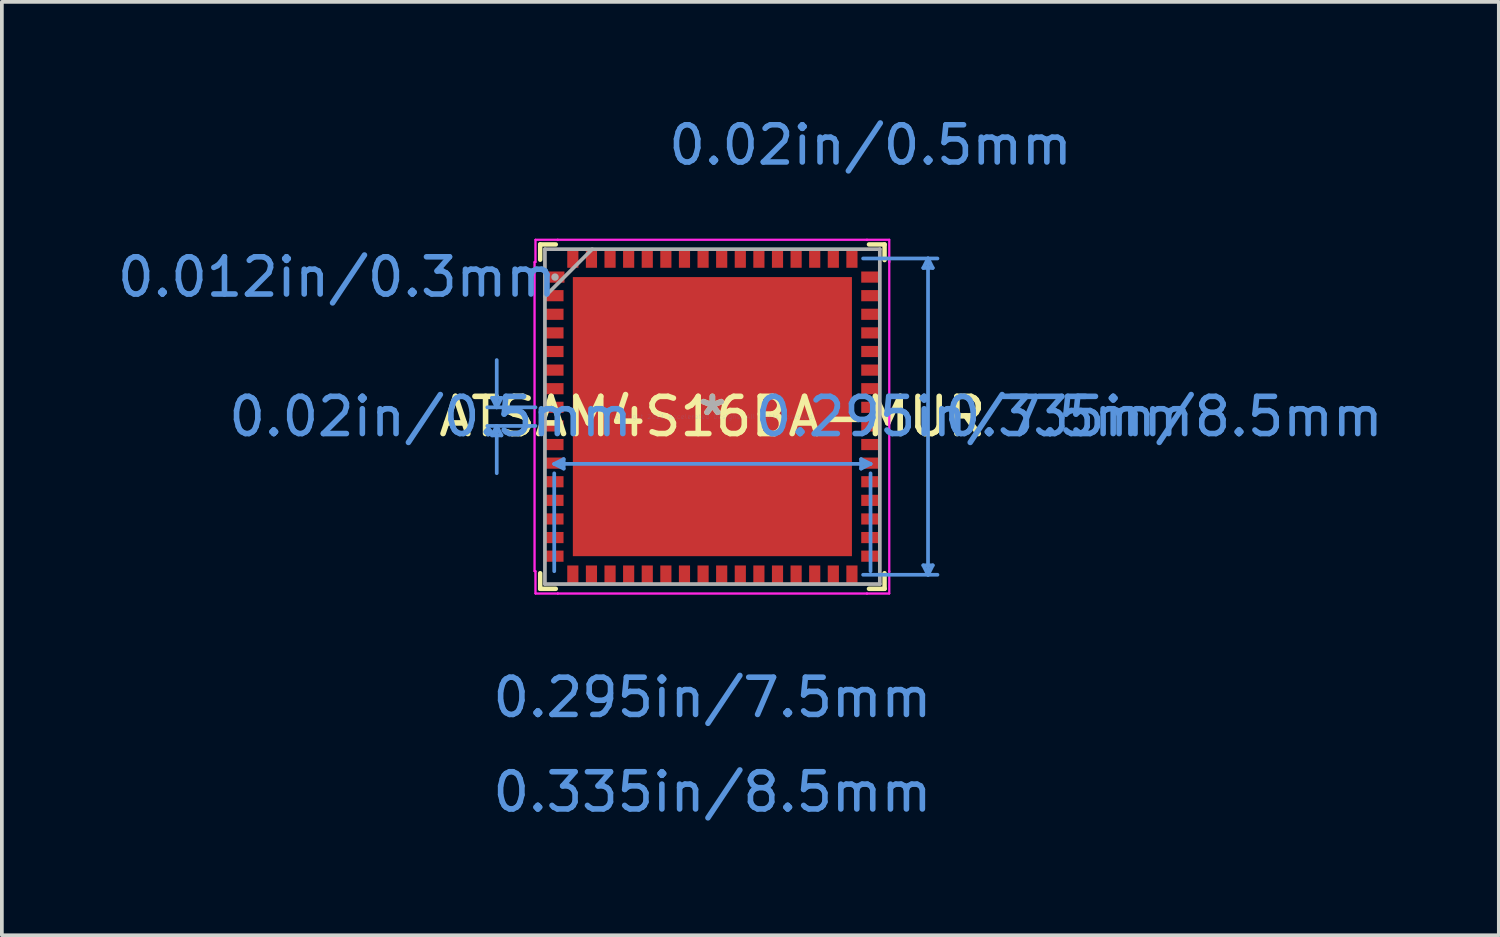
<source format=kicad_pcb>
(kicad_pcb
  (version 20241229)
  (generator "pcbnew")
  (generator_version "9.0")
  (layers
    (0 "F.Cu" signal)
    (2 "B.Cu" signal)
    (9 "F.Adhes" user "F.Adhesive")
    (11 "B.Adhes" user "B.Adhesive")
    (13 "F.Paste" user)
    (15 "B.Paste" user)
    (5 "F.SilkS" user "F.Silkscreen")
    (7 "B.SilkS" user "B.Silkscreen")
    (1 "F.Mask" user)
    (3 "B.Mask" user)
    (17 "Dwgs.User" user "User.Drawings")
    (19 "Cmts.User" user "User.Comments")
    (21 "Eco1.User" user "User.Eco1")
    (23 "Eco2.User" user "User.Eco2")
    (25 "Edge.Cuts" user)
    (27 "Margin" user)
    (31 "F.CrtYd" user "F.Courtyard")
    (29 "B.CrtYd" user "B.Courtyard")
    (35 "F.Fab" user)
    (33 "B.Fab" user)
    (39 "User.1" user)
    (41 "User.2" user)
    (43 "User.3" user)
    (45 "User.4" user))
  (footprint "ATSAM4S16BA-MUR"
    (layer "F.Cu")
    (at 16.094 8.146)
    (property "Reference" "ATSAM4S16BA-MUR" (at 0 0 0) (layer "F.SilkS") (effects (font (size 1 1) (thickness 0.15))))
    (attr through_hole)
    (fp_line (start -4.627 -4.627) (end -4.627 -4.217) (stroke (width 0.12) (type solid)) (layer "F.SilkS"))
    (fp_line (start -4.627 4.208) (end -4.627 4.627) (stroke (width 0.12) (type solid)) (layer "F.SilkS"))
    (fp_line (start -4.627 4.627) (end -4.208 4.627) (stroke (width 0.12) (type solid)) (layer "F.SilkS"))
    (fp_line (start -4.208 -4.627) (end -4.627 -4.627) (stroke (width 0.12) (type solid)) (layer "F.SilkS"))
    (fp_line (start 4.208 4.627) (end 4.627 4.627) (stroke (width 0.12) (type solid)) (layer "F.SilkS"))
    (fp_line (start 4.627 -4.627) (end 4.208 -4.627) (stroke (width 0.12) (type solid)) (layer "F.SilkS"))
    (fp_line (start 4.627 -4.208) (end 4.627 -4.627) (stroke (width 0.12) (type solid)) (layer "F.SilkS"))
    (fp_line (start 4.627 4.627) (end 4.627 4.208) (stroke (width 0.12) (type solid)) (layer "F.SilkS"))
    (fp_poly (pts (xy -3.65 -3.65) (xy -3.65 -2.35) (xy -2.35 -2.35) (xy -2.35 -3.65)) (stroke (width 0.1) (type solid)) (fill yes) (layer "F.Paste"))
    (fp_poly (pts (xy -3.65 -2.15) (xy -3.65 -0.85) (xy -2.35 -0.85) (xy -2.35 -2.15)) (stroke (width 0.1) (type solid)) (fill yes) (layer "F.Paste"))
    (fp_poly (pts (xy -3.65 -0.65) (xy -3.65 0.65) (xy -2.35 0.65) (xy -2.35 -0.65)) (stroke (width 0.1) (type solid)) (fill yes) (layer "F.Paste"))
    (fp_poly (pts (xy -3.65 0.85) (xy -3.65 2.15) (xy -2.35 2.15) (xy -2.35 0.85)) (stroke (width 0.1) (type solid)) (fill yes) (layer "F.Paste"))
    (fp_poly (pts (xy -3.65 2.35) (xy -3.65 3.65) (xy -2.35 3.65) (xy -2.35 2.35)) (stroke (width 0.1) (type solid)) (fill yes) (layer "F.Paste"))
    (fp_poly (pts (xy -2.15 -3.65) (xy -2.15 -2.35) (xy -0.85 -2.35) (xy -0.85 -3.65)) (stroke (width 0.1) (type solid)) (fill yes) (layer "F.Paste"))
    (fp_poly (pts (xy -2.15 -2.15) (xy -2.15 -0.85) (xy -0.85 -0.85) (xy -0.85 -2.15)) (stroke (width 0.1) (type solid)) (fill yes) (layer "F.Paste"))
    (fp_poly (pts (xy -2.15 -0.65) (xy -2.15 0.65) (xy -0.85 0.65) (xy -0.85 -0.65)) (stroke (width 0.1) (type solid)) (fill yes) (layer "F.Paste"))
    (fp_poly (pts (xy -2.15 0.85) (xy -2.15 2.15) (xy -0.85 2.15) (xy -0.85 0.85)) (stroke (width 0.1) (type solid)) (fill yes) (layer "F.Paste"))
    (fp_poly (pts (xy -2.15 2.35) (xy -2.15 3.65) (xy -0.85 3.65) (xy -0.85 2.35)) (stroke (width 0.1) (type solid)) (fill yes) (layer "F.Paste"))
    (fp_poly (pts (xy -0.65 -3.65) (xy -0.65 -2.35) (xy 0.65 -2.35) (xy 0.65 -3.65)) (stroke (width 0.1) (type solid)) (fill yes) (layer "F.Paste"))
    (fp_poly (pts (xy -0.65 -2.15) (xy -0.65 -0.85) (xy 0.65 -0.85) (xy 0.65 -2.15)) (stroke (width 0.1) (type solid)) (fill yes) (layer "F.Paste"))
    (fp_poly (pts (xy -0.65 -0.65) (xy -0.65 0.65) (xy 0.65 0.65) (xy 0.65 -0.65)) (stroke (width 0.1) (type solid)) (fill yes) (layer "F.Paste"))
    (fp_poly (pts (xy -0.65 0.85) (xy -0.65 2.15) (xy 0.65 2.15) (xy 0.65 0.85)) (stroke (width 0.1) (type solid)) (fill yes) (layer "F.Paste"))
    (fp_poly (pts (xy -0.65 2.35) (xy -0.65 3.65) (xy 0.65 3.65) (xy 0.65 2.35)) (stroke (width 0.1) (type solid)) (fill yes) (layer "F.Paste"))
    (fp_poly (pts (xy 0.85 -3.65) (xy 0.85 -2.35) (xy 2.15 -2.35) (xy 2.15 -3.65)) (stroke (width 0.1) (type solid)) (fill yes) (layer "F.Paste"))
    (fp_poly (pts (xy 0.85 -2.15) (xy 0.85 -0.85) (xy 2.15 -0.85) (xy 2.15 -2.15)) (stroke (width 0.1) (type solid)) (fill yes) (layer "F.Paste"))
    (fp_poly (pts (xy 0.85 -0.65) (xy 0.85 0.65) (xy 2.15 0.65) (xy 2.15 -0.65)) (stroke (width 0.1) (type solid)) (fill yes) (layer "F.Paste"))
    (fp_poly (pts (xy 0.85 0.85) (xy 0.85 2.15) (xy 2.15 2.15) (xy 2.15 0.85)) (stroke (width 0.1) (type solid)) (fill yes) (layer "F.Paste"))
    (fp_poly (pts (xy 0.85 2.35) (xy 0.85 3.65) (xy 2.15 3.65) (xy 2.15 2.35)) (stroke (width 0.1) (type solid)) (fill yes) (layer "F.Paste"))
    (fp_poly (pts (xy 2.35 -3.65) (xy 2.35 -2.35) (xy 3.65 -2.35) (xy 3.65 -3.65)) (stroke (width 0.1) (type solid)) (fill yes) (layer "F.Paste"))
    (fp_poly (pts (xy 2.35 -2.15) (xy 2.35 -0.85) (xy 3.65 -0.85) (xy 3.65 -2.15)) (stroke (width 0.1) (type solid)) (fill yes) (layer "F.Paste"))
    (fp_poly (pts (xy 2.35 -0.65) (xy 2.35 0.65) (xy 3.65 0.65) (xy 3.65 -0.65)) (stroke (width 0.1) (type solid)) (fill yes) (layer "F.Paste"))
    (fp_poly (pts (xy 2.35 0.85) (xy 2.35 2.15) (xy 3.65 2.15) (xy 3.65 0.85)) (stroke (width 0.1) (type solid)) (fill yes) (layer "F.Paste"))
    (fp_poly (pts (xy 2.35 2.35) (xy 2.35 3.65) (xy 3.65 3.65) (xy 3.65 2.35)) (stroke (width 0.1) (type solid)) (fill yes) (layer "F.Paste"))
    (fp_line (start -5.922 -0.504) (end -5.795 -0.25) (stroke (width 0.1) (type solid)) (layer "Cmts.User"))
    (fp_line (start -5.922 0.504) (end -5.795 0.25) (stroke (width 0.1) (type solid)) (layer "Cmts.User"))
    (fp_line (start -5.795 -0.25) (end -5.795 -1.52) (stroke (width 0.1) (type solid)) (layer "Cmts.User"))
    (fp_line (start -5.795 -0.25) (end -5.668 -0.504) (stroke (width 0.1) (type solid)) (layer "Cmts.User"))
    (fp_line (start -5.795 0.25) (end -5.795 1.52) (stroke (width 0.1) (type solid)) (layer "Cmts.User"))
    (fp_line (start -5.795 0.25) (end -5.668 0.504) (stroke (width 0.1) (type solid)) (layer "Cmts.User"))
    (fp_line (start -5.668 -0.504) (end -5.922 -0.504) (stroke (width 0.1) (type solid)) (layer "Cmts.User"))
    (fp_line (start -5.668 0.504) (end -5.922 0.504) (stroke (width 0.1) (type solid)) (layer "Cmts.User"))
    (fp_line (start -4.754 -0.25) (end -6.049 -0.25) (stroke (width 0.1) (type solid)) (layer "Cmts.User"))
    (fp_line (start -4.754 0.25) (end -6.049 0.25) (stroke (width 0.1) (type solid)) (layer "Cmts.User"))
    (fp_line (start -4.25 1.27) (end -3.996 1.397) (stroke (width 0.1) (type solid)) (layer "Cmts.User"))
    (fp_line (start -4.25 1.27) (end 4.25 1.27) (stroke (width 0.1) (type solid)) (layer "Cmts.User"))
    (fp_line (start -4.25 4.154) (end -4.25 1.524) (stroke (width 0.1) (type solid)) (layer "Cmts.User"))
    (fp_line (start -3.996 1.143) (end -4.25 1.27) (stroke (width 0.1) (type solid)) (layer "Cmts.User"))
    (fp_line (start -3.996 1.397) (end -3.996 1.143) (stroke (width 0.1) (type solid)) (layer "Cmts.User"))
    (fp_line (start 3.996 1.143) (end 4.25 1.27) (stroke (width 0.1) (type solid)) (layer "Cmts.User"))
    (fp_line (start 3.996 1.397) (end 3.996 1.143) (stroke (width 0.1) (type solid)) (layer "Cmts.User"))
    (fp_line (start 4.05 -4.25) (end 6.049 -4.25) (stroke (width 0.1) (type solid)) (layer "Cmts.User"))
    (fp_line (start 4.05 4.25) (end 6.049 4.25) (stroke (width 0.1) (type solid)) (layer "Cmts.User"))
    (fp_line (start 4.25 1.27) (end 3.996 1.397) (stroke (width 0.1) (type solid)) (layer "Cmts.User"))
    (fp_line (start 4.25 4.154) (end 4.25 1.524) (stroke (width 0.1) (type solid)) (layer "Cmts.User"))
    (fp_line (start 5.668 -3.996) (end 5.922 -3.996) (stroke (width 0.1) (type solid)) (layer "Cmts.User"))
    (fp_line (start 5.668 3.996) (end 5.922 3.996) (stroke (width 0.1) (type solid)) (layer "Cmts.User"))
    (fp_line (start 5.795 -4.25) (end 5.668 -3.996) (stroke (width 0.1) (type solid)) (layer "Cmts.User"))
    (fp_line (start 5.795 4.25) (end 5.668 3.996) (stroke (width 0.1) (type solid)) (layer "Cmts.User"))
    (fp_line (start 5.795 4.25) (end 5.795 -4.25) (stroke (width 0.1) (type solid)) (layer "Cmts.User"))
    (fp_line (start 5.922 -3.996) (end 5.795 -4.25) (stroke (width 0.1) (type solid)) (layer "Cmts.User"))
    (fp_line (start 5.922 3.996) (end 5.795 4.25) (stroke (width 0.1) (type solid)) (layer "Cmts.User"))
    (fp_line (start -4.779 -4.154) (end -4.754 -4.154) (stroke (width 0.05) (type solid)) (layer "F.CrtYd"))
    (fp_line (start -4.779 -4.154) (end -4.754 -4.154) (stroke (width 0.05) (type solid)) (layer "F.CrtYd"))
    (fp_line (start -4.779 4.154) (end -4.779 -4.154) (stroke (width 0.05) (type solid)) (layer "F.CrtYd"))
    (fp_line (start -4.779 4.154) (end -4.779 -4.154) (stroke (width 0.05) (type solid)) (layer "F.CrtYd"))
    (fp_line (start -4.754 -4.754) (end -4.154 -4.754) (stroke (width 0.05) (type solid)) (layer "F.CrtYd"))
    (fp_line (start -4.754 -4.754) (end -4.154 -4.754) (stroke (width 0.05) (type solid)) (layer "F.CrtYd"))
    (fp_line (start -4.754 -4.154) (end -4.754 -4.754) (stroke (width 0.05) (type solid)) (layer "F.CrtYd"))
    (fp_line (start -4.754 -4.154) (end -4.754 -4.754) (stroke (width 0.05) (type solid)) (layer "F.CrtYd"))
    (fp_line (start -4.754 4.154) (end -4.779 4.154) (stroke (width 0.05) (type solid)) (layer "F.CrtYd"))
    (fp_line (start -4.754 4.154) (end -4.779 4.154) (stroke (width 0.05) (type solid)) (layer "F.CrtYd"))
    (fp_line (start -4.754 4.754) (end -4.754 4.154) (stroke (width 0.05) (type solid)) (layer "F.CrtYd"))
    (fp_line (start -4.754 4.754) (end -4.754 4.154) (stroke (width 0.05) (type solid)) (layer "F.CrtYd"))
    (fp_line (start -4.154 -4.754) (end 4.154 -4.754) (stroke (width 0.05) (type solid)) (layer "F.CrtYd"))
    (fp_line (start -4.154 -4.754) (end 4.154 -4.754) (stroke (width 0.05) (type solid)) (layer "F.CrtYd"))
    (fp_line (start -4.154 -4.754) (end -4.154 -4.754) (stroke (width 0.05) (type solid)) (layer "F.CrtYd"))
    (fp_line (start -4.154 -4.754) (end -4.154 -4.754) (stroke (width 0.05) (type solid)) (layer "F.CrtYd"))
    (fp_line (start -4.154 4.754) (end -4.754 4.754) (stroke (width 0.05) (type solid)) (layer "F.CrtYd"))
    (fp_line (start -4.154 4.754) (end -4.754 4.754) (stroke (width 0.05) (type solid)) (layer "F.CrtYd"))
    (fp_line (start -4.154 4.754) (end -4.154 4.754) (stroke (width 0.05) (type solid)) (layer "F.CrtYd"))
    (fp_line (start -4.154 4.754) (end -4.154 4.754) (stroke (width 0.05) (type solid)) (layer "F.CrtYd"))
    (fp_line (start 4.154 -4.754) (end 4.154 -4.754) (stroke (width 0.05) (type solid)) (layer "F.CrtYd"))
    (fp_line (start 4.154 -4.754) (end 4.154 -4.754) (stroke (width 0.05) (type solid)) (layer "F.CrtYd"))
    (fp_line (start 4.154 -4.754) (end 4.754 -4.754) (stroke (width 0.05) (type solid)) (layer "F.CrtYd"))
    (fp_line (start 4.154 -4.754) (end 4.754 -4.754) (stroke (width 0.05) (type solid)) (layer "F.CrtYd"))
    (fp_line (start 4.154 4.754) (end 4.154 4.754) (stroke (width 0.05) (type solid)) (layer "F.CrtYd"))
    (fp_line (start 4.154 4.754) (end 4.154 4.754) (stroke (width 0.05) (type solid)) (layer "F.CrtYd"))
    (fp_line (start 4.154 4.754) (end -4.154 4.754) (stroke (width 0.05) (type solid)) (layer "F.CrtYd"))
    (fp_line (start 4.154 4.754) (end -4.154 4.754) (stroke (width 0.05) (type solid)) (layer "F.CrtYd"))
    (fp_line (start 4.754 -4.754) (end 4.754 -4.154) (stroke (width 0.05) (type solid)) (layer "F.CrtYd"))
    (fp_line (start 4.754 -4.754) (end 4.754 -4.154) (stroke (width 0.05) (type solid)) (layer "F.CrtYd"))
    (fp_line (start 4.754 -4.154) (end 4.754 -4.258) (stroke (width 0.05) (type solid)) (layer "F.CrtYd"))
    (fp_line (start 4.754 -4.154) (end 4.754 -4.154) (stroke (width 0.05) (type solid)) (layer "F.CrtYd"))
    (fp_line (start 4.754 4.154) (end 4.754 4.754) (stroke (width 0.05) (type solid)) (layer "F.CrtYd"))
    (fp_line (start 4.754 4.154) (end 4.754 4.754) (stroke (width 0.05) (type solid)) (layer "F.CrtYd"))
    (fp_line (start 4.754 4.754) (end 4.154 4.754) (stroke (width 0.05) (type solid)) (layer "F.CrtYd"))
    (fp_line (start 4.754 4.754) (end 4.154 4.754) (stroke (width 0.05) (type solid)) (layer "F.CrtYd"))
    (fp_line (start 4.754 -4.258) (end 4.754 4.154) (stroke (width 0.05) (type solid)) (layer "F.CrtYd"))
    (fp_line (start 4.754 -4.154) (end 4.754 4.154) (stroke (width 0.05) (type solid)) (layer "F.CrtYd"))
    (fp_line (start 4.754 4.154) (end 4.754 4.154) (stroke (width 0.05) (type solid)) (layer "F.CrtYd"))
    (fp_line (start 4.754 4.154) (end 4.754 4.154) (stroke (width 0.05) (type solid)) (layer "F.CrtYd"))
    (fp_line (start -4.5 -4.5) (end -4.5 4.5) (stroke (width 0.1) (type solid)) (layer "F.Fab"))
    (fp_line (start -4.5 -3.23) (end -3.23 -4.5) (stroke (width 0.1) (type solid)) (layer "F.Fab"))
    (fp_line (start -4.5 4.5) (end 4.5 4.5) (stroke (width 0.1) (type solid)) (layer "F.Fab"))
    (fp_line (start 4.5 -4.5) (end -4.5 -4.5) (stroke (width 0.1) (type solid)) (layer "F.Fab"))
    (fp_line (start 4.5 4.5) (end 4.5 -4.5) (stroke (width 0.1) (type solid)) (layer "F.Fab"))
    (fp_circle (center -4.229 -3.75) (end -4.229 -3.75) (stroke (width 0.1) (type solid)) (fill no) (layer "F.Fab"))
    (fp_text user "*" (at 0 0 0) (layer "F.SilkS") (effects (font (size 1 1) (thickness 0.15))))
    (fp_text user "0.295in/7.5mm" (at 7.048 0 0) (layer "Cmts.User") (effects (font (size 1 1) (thickness 0.15))))
    (fp_text user "0.012in/0.3mm" (at -10.088 -3.75 0) (layer "Cmts.User") (effects (font (size 1 1) (thickness 0.15))))
    (fp_text user "0.335in/8.5mm" (at 0 10.088 0) (layer "Cmts.User") (effects (font (size 1 1) (thickness 0.15))))
    (fp_text user "0.02in/0.5mm" (at -7.573 0 0) (layer "Cmts.User") (effects (font (size 1 1) (thickness 0.15))))
    (fp_text user "0.295in/7.5mm" (at 0 7.548 0) (layer "Cmts.User") (effects (font (size 1 1) (thickness 0.15))))
    (fp_text user "Copyright 2021 Accelerated Designs. All rights reserved." (at 0 0 0) (layer "Cmts.User") (effects (font (size 0.127 0.127) (thickness 0.002))))
    (fp_text user "0.02in/0.5mm" (at 4.25 -7.298 0) (layer "Cmts.User") (effects (font (size 1 1) (thickness 0.15))))
    (fp_text user "0.335in/8.5mm" (at 12.128 0 0) (layer "Cmts.User") (effects (font (size 1 1) (thickness 0.15))))
    (fp_text user "*" (at 0 0 0) (layer "F.Fab") (effects (font (size 1 1) (thickness 0.15))))
    (pad "1" smd rect (at -4.25 -3.75) (size 0.55 0.3) (layers "F.Cu" "F.Mask" "F.Paste"))
    (pad "2" smd rect (at -4.25 -3.25) (size 0.5 0.3) (layers "F.Cu" "F.Mask" "F.Paste"))
    (pad "3" smd rect (at -4.25 -2.75) (size 0.5 0.3) (layers "F.Cu" "F.Mask" "F.Paste"))
    (pad "4" smd rect (at -4.25 -2.25) (size 0.5 0.3) (layers "F.Cu" "F.Mask" "F.Paste"))
    (pad "5" smd rect (at -4.25 -1.75) (size 0.5 0.3) (layers "F.Cu" "F.Mask" "F.Paste"))
    (pad "6" smd rect (at -4.25 -1.25) (size 0.5 0.3) (layers "F.Cu" "F.Mask" "F.Paste"))
    (pad "7" smd rect (at -4.25 -0.75) (size 0.5 0.3) (layers "F.Cu" "F.Mask" "F.Paste"))
    (pad "8" smd rect (at -4.25 -0.25) (size 0.5 0.3) (layers "F.Cu" "F.Mask" "F.Paste"))
    (pad "9" smd rect (at -4.25 0.25) (size 0.5 0.3) (layers "F.Cu" "F.Mask" "F.Paste"))
    (pad "10" smd rect (at -4.25 0.75) (size 0.5 0.3) (layers "F.Cu" "F.Mask" "F.Paste"))
    (pad "11" smd rect (at -4.25 1.25) (size 0.5 0.3) (layers "F.Cu" "F.Mask" "F.Paste"))
    (pad "12" smd rect (at -4.25 1.75) (size 0.5 0.3) (layers "F.Cu" "F.Mask" "F.Paste"))
    (pad "13" smd rect (at -4.25 2.25) (size 0.5 0.3) (layers "F.Cu" "F.Mask" "F.Paste"))
    (pad "14" smd rect (at -4.25 2.75) (size 0.5 0.3) (layers "F.Cu" "F.Mask" "F.Paste"))
    (pad "15" smd rect (at -4.25 3.25) (size 0.5 0.3) (layers "F.Cu" "F.Mask" "F.Paste"))
    (pad "16" smd rect (at -4.25 3.75) (size 0.5 0.3) (layers "F.Cu" "F.Mask" "F.Paste"))
    (pad "17" smd rect (at -3.75 4.25 90) (size 0.5 0.3) (layers "F.Cu" "F.Mask" "F.Paste"))
    (pad "18" smd rect (at -3.25 4.25 90) (size 0.5 0.3) (layers "F.Cu" "F.Mask" "F.Paste"))
    (pad "19" smd rect (at -2.75 4.25 90) (size 0.5 0.3) (layers "F.Cu" "F.Mask" "F.Paste"))
    (pad "20" smd rect (at -2.25 4.25 90) (size 0.5 0.3) (layers "F.Cu" "F.Mask" "F.Paste"))
    (pad "21" smd rect (at -1.75 4.25 90) (size 0.5 0.3) (layers "F.Cu" "F.Mask" "F.Paste"))
    (pad "22" smd rect (at -1.25 4.25 90) (size 0.5 0.3) (layers "F.Cu" "F.Mask" "F.Paste"))
    (pad "23" smd rect (at -0.75 4.25 90) (size 0.5 0.3) (layers "F.Cu" "F.Mask" "F.Paste"))
    (pad "24" smd rect (at -0.25 4.25 90) (size 0.5 0.3) (layers "F.Cu" "F.Mask" "F.Paste"))
    (pad "25" smd rect (at 0.25 4.25 90) (size 0.5 0.3) (layers "F.Cu" "F.Mask" "F.Paste"))
    (pad "26" smd rect (at 0.75 4.25 90) (size 0.5 0.3) (layers "F.Cu" "F.Mask" "F.Paste"))
    (pad "27" smd rect (at 1.25 4.25 90) (size 0.5 0.3) (layers "F.Cu" "F.Mask" "F.Paste"))
    (pad "28" smd rect (at 1.75 4.25 90) (size 0.5 0.3) (layers "F.Cu" "F.Mask" "F.Paste"))
    (pad "29" smd rect (at 2.25 4.25 90) (size 0.5 0.3) (layers "F.Cu" "F.Mask" "F.Paste"))
    (pad "30" smd rect (at 2.75 4.25 90) (size 0.5 0.3) (layers "F.Cu" "F.Mask" "F.Paste"))
    (pad "31" smd rect (at 3.25 4.25 90) (size 0.5 0.3) (layers "F.Cu" "F.Mask" "F.Paste"))
    (pad "32" smd rect (at 3.75 4.25 90) (size 0.5 0.3) (layers "F.Cu" "F.Mask" "F.Paste"))
    (pad "33" smd rect (at 4.25 3.75) (size 0.5 0.3) (layers "F.Cu" "F.Mask" "F.Paste"))
    (pad "34" smd rect (at 4.25 3.25) (size 0.5 0.3) (layers "F.Cu" "F.Mask" "F.Paste"))
    (pad "35" smd rect (at 4.25 2.75) (size 0.5 0.3) (layers "F.Cu" "F.Mask" "F.Paste"))
    (pad "36" smd rect (at 4.25 2.25) (size 0.5 0.3) (layers "F.Cu" "F.Mask" "F.Paste"))
    (pad "37" smd rect (at 4.25 1.75) (size 0.5 0.3) (layers "F.Cu" "F.Mask" "F.Paste"))
    (pad "38" smd rect (at 4.25 1.25) (size 0.5 0.3) (layers "F.Cu" "F.Mask" "F.Paste"))
    (pad "39" smd rect (at 4.25 0.75) (size 0.5 0.3) (layers "F.Cu" "F.Mask" "F.Paste"))
    (pad "40" smd rect (at 4.25 0.25) (size 0.5 0.3) (layers "F.Cu" "F.Mask" "F.Paste"))
    (pad "41" smd rect (at 4.25 -0.25) (size 0.5 0.3) (layers "F.Cu" "F.Mask" "F.Paste"))
    (pad "42" smd rect (at 4.25 -0.75) (size 0.5 0.3) (layers "F.Cu" "F.Mask" "F.Paste"))
    (pad "43" smd rect (at 4.25 -1.25) (size 0.5 0.3) (layers "F.Cu" "F.Mask" "F.Paste"))
    (pad "44" smd rect (at 4.25 -1.75) (size 0.5 0.3) (layers "F.Cu" "F.Mask" "F.Paste"))
    (pad "45" smd rect (at 4.25 -2.25) (size 0.5 0.3) (layers "F.Cu" "F.Mask" "F.Paste"))
    (pad "46" smd rect (at 4.25 -2.75) (size 0.5 0.3) (layers "F.Cu" "F.Mask" "F.Paste"))
    (pad "47" smd rect (at 4.25 -3.25) (size 0.5 0.3) (layers "F.Cu" "F.Mask" "F.Paste"))
    (pad "48" smd rect (at 4.25 -3.75) (size 0.5 0.3) (layers "F.Cu" "F.Mask" "F.Paste"))
    (pad "49" smd rect (at 3.75 -4.25 90) (size 0.5 0.3) (layers "F.Cu" "F.Mask" "F.Paste"))
    (pad "50" smd rect (at 3.25 -4.25 90) (size 0.5 0.3) (layers "F.Cu" "F.Mask" "F.Paste"))
    (pad "51" smd rect (at 2.75 -4.25 90) (size 0.5 0.3) (layers "F.Cu" "F.Mask" "F.Paste"))
    (pad "52" smd rect (at 2.25 -4.25 90) (size 0.5 0.3) (layers "F.Cu" "F.Mask" "F.Paste"))
    (pad "53" smd rect (at 1.75 -4.25 90) (size 0.5 0.3) (layers "F.Cu" "F.Mask" "F.Paste"))
    (pad "54" smd rect (at 1.25 -4.25 90) (size 0.5 0.3) (layers "F.Cu" "F.Mask" "F.Paste"))
    (pad "55" smd rect (at 0.75 -4.25 90) (size 0.5 0.3) (layers "F.Cu" "F.Mask" "F.Paste"))
    (pad "56" smd rect (at 0.25 -4.25 90) (size 0.5 0.3) (layers "F.Cu" "F.Mask" "F.Paste"))
    (pad "57" smd rect (at -0.25 -4.25 90) (size 0.5 0.3) (layers "F.Cu" "F.Mask" "F.Paste"))
    (pad "58" smd rect (at -0.75 -4.25 90) (size 0.5 0.3) (layers "F.Cu" "F.Mask" "F.Paste"))
    (pad "59" smd rect (at -1.25 -4.25 90) (size 0.5 0.3) (layers "F.Cu" "F.Mask" "F.Paste"))
    (pad "60" smd rect (at -1.75 -4.25 90) (size 0.5 0.3) (layers "F.Cu" "F.Mask" "F.Paste"))
    (pad "61" smd rect (at -2.25 -4.25 90) (size 0.5 0.3) (layers "F.Cu" "F.Mask" "F.Paste"))
    (pad "62" smd rect (at -2.75 -4.25 90) (size 0.5 0.3) (layers "F.Cu" "F.Mask" "F.Paste"))
    (pad "63" smd rect (at -3.25 -4.25 90) (size 0.5 0.3) (layers "F.Cu" "F.Mask" "F.Paste"))
    (pad "64" smd rect (at -3.75 -4.25 90) (size 0.5 0.3) (layers "F.Cu" "F.Mask" "F.Paste"))
    (pad "65" smd rect (at 0 0) (size 7.5 7.5) (layers "F.Cu" "F.Mask")))
  (gr_rect
    (start -3 -3)
    (end 37.228 22.083)
    (stroke (width 0.1) (type default))
    (fill no)
    (layer "Edge.Cuts")))
</source>
